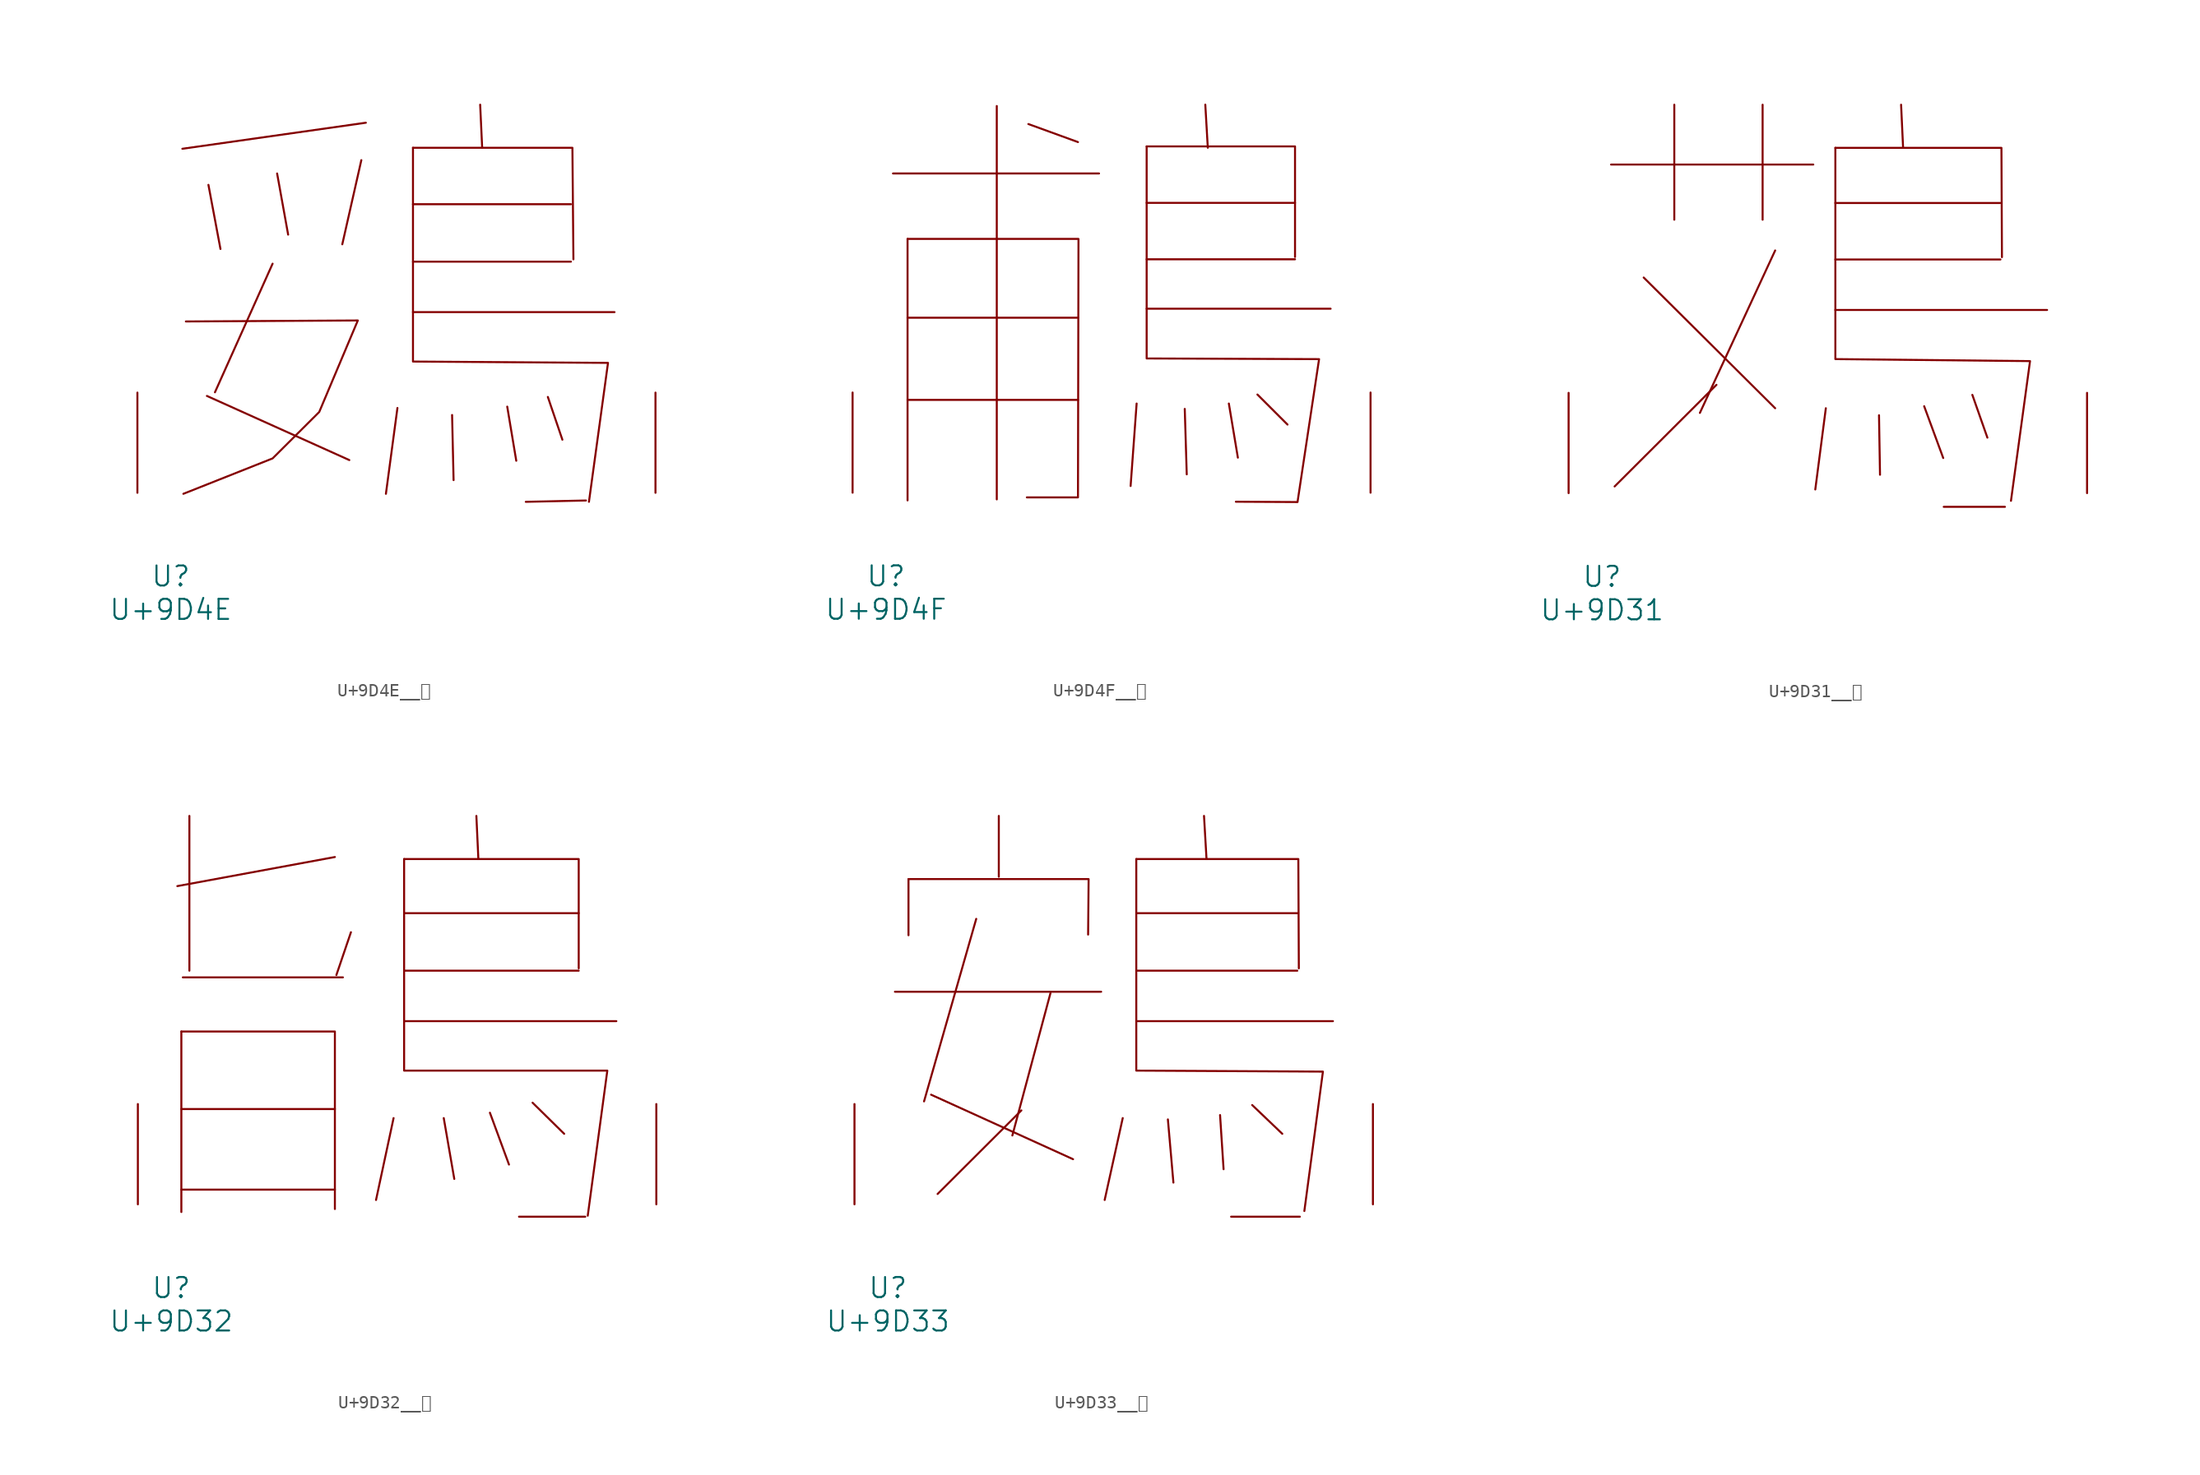
<source format=kicad_sym>
(kicad_symbol_lib
  (version 20231120)
  (generator "kicad_symbol_editor")
  (generator_version "8.0")
  (symbol "U+9D4E__鵎"
    (pin_names
      (offset 1.016))
    (property "Reference" "U"
      (at 0 -6.35 0)
      (effects (font (size 1.524 1.524))))
    (property "Value" "U+9D4E"
      (at 0 -8.89 0)
      (effects (font (size 1.524 1.524))))
    (symbol "U+9D4E__鵎_0_1"
      (polyline (pts (xy 2.743 7.366) (xy 13.564 2.489)) (stroke (width 0) (type solid)) (fill (type none)))
      (polyline (pts (xy 2.857 23.419) (xy 3.772 18.542)) (stroke (width 0) (type solid)) (fill (type none)))
      (polyline (pts (xy 7.734 17.424) (xy 3.353 7.645)) (stroke (width 0) (type solid)) (fill (type none)))
      (polyline (pts (xy 8.077 24.282) (xy 8.915 19.634)) (stroke (width 0) (type solid)) (fill (type none)))
      (polyline (pts (xy 14.478 25.298) (xy 13.03 18.898)) (stroke (width 0) (type solid)) (fill (type none)))
      (polyline (pts (xy 14.821 28.143) (xy 0.876 26.162)) (stroke (width 0) (type solid)) (fill (type none)))
      (polyline (pts (xy 17.221 6.452) (xy 16.345 -0.076)) (stroke (width 0) (type solid)) (fill (type none)))
      (polyline (pts (xy 18.402 13.741) (xy 33.718 13.741)) (stroke (width 0) (type solid)) (fill (type none)))
      (polyline (pts (xy 18.402 17.577) (xy 30.404 17.577)) (stroke (width 0) (type solid)) (fill (type none)))
      (polyline (pts (xy 18.402 21.946) (xy 30.404 21.946)) (stroke (width 0) (type solid)) (fill (type none)))
      (polyline (pts (xy 21.374 5.918) (xy 21.488 0.965)) (stroke (width 0) (type solid)) (fill (type none)))
      (polyline (pts (xy 23.508 29.515) (xy 23.66 26.238)) (stroke (width 0) (type solid)) (fill (type none)))
      (polyline (pts (xy 25.565 6.553) (xy 26.251 2.438)) (stroke (width 0) (type solid)) (fill (type none)))
      (polyline (pts (xy 28.651 7.29) (xy 29.756 4.039)) (stroke (width 0) (type solid)) (fill (type none)))
      (polyline (pts (xy 31.547 -0.584) (xy 26.975 -0.686)) (stroke (width 0) (type solid)) (fill (type none)))
      (polyline (pts (xy 18.402 26.238) (xy 30.518 26.238) (xy 30.594 17.755)) (stroke (width 0) (type solid)) (fill (type none)))
      (polyline (pts (xy 18.402 26.238) (xy 18.402 9.982) (xy 33.223 9.881) (xy 31.775 -0.686)) (stroke (width 0) (type solid)) (fill (type none)))
      (polyline (pts (xy 1.143 13.03) (xy 14.211 13.106) (xy 11.278 6.147) (xy 7.734 2.616) (xy 0.953 -0.076)) (stroke (width 0) (type solid)) (fill (type none)))
      (pin input line (at -2.54 0 90) (length 7.62) (name "~" (effects (font (size 1.27 1.27)))) (number "~" (effects (font (size 1.27 1.27)))))
      (pin input line (at 36.83 0 90) (length 7.62) (name "~" (effects (font (size 1.27 1.27)))) (number "~" (effects (font (size 1.27 1.27)))))))
  (symbol "U+9D4F__鵏"
    (pin_names
      (offset 1.016))
    (property "Reference" "U"
      (at 0 -6.35 0)
      (effects (font (size 1.524 1.524))))
    (property "Value" "U+9D4F"
      (at 0 -8.89 0)
      (effects (font (size 1.524 1.524))))
    (symbol "U+9D4F__鵏_0_1"
      (polyline (pts (xy 0.533 24.282) (xy 16.192 24.282)) (stroke (width 0) (type solid)) (fill (type none)))
      (polyline (pts (xy 1.638 7.061) (xy 14.592 7.061)) (stroke (width 0) (type solid)) (fill (type none)))
      (polyline (pts (xy 1.638 13.31) (xy 14.592 13.31)) (stroke (width 0) (type solid)) (fill (type none)))
      (polyline (pts (xy 1.638 19.304) (xy 1.638 -0.584)) (stroke (width 0) (type solid)) (fill (type none)))
      (polyline (pts (xy 8.42 29.413) (xy 8.42 -0.508)) (stroke (width 0) (type solid)) (fill (type none)))
      (polyline (pts (xy 10.82 28.042) (xy 14.592 26.67)) (stroke (width 0) (type solid)) (fill (type none)))
      (polyline (pts (xy 19.05 6.782) (xy 18.593 0.508)) (stroke (width 0) (type solid)) (fill (type none)))
      (polyline (pts (xy 19.812 13.995) (xy 33.795 13.995)) (stroke (width 0) (type solid)) (fill (type none)))
      (polyline (pts (xy 19.812 17.755) (xy 31.09 17.755)) (stroke (width 0) (type solid)) (fill (type none)))
      (polyline (pts (xy 19.812 22.047) (xy 31.09 22.047)) (stroke (width 0) (type solid)) (fill (type none)))
      (polyline (pts (xy 22.708 6.375) (xy 22.86 1.397)) (stroke (width 0) (type solid)) (fill (type none)))
      (polyline (pts (xy 24.27 29.515) (xy 24.46 26.238)) (stroke (width 0) (type solid)) (fill (type none)))
      (polyline (pts (xy 26.06 6.782) (xy 26.746 2.667)) (stroke (width 0) (type solid)) (fill (type none)))
      (polyline (pts (xy 28.232 7.468) (xy 30.518 5.182)) (stroke (width 0) (type solid)) (fill (type none)))
      (polyline (pts (xy 19.812 26.34) (xy 31.09 26.34) (xy 31.09 17.932)) (stroke (width 0) (type solid)) (fill (type none)))
      (polyline (pts (xy 1.638 19.304) (xy 14.63 19.304) (xy 14.592 -0.356) (xy 10.706 -0.356)) (stroke (width 0) (type solid)) (fill (type none)))
      (polyline (pts (xy 19.812 26.34) (xy 19.812 10.211) (xy 32.918 10.16) (xy 31.28 -0.711) (xy 26.594 -0.686)) (stroke (width 0) (type solid)) (fill (type none)))
      (pin input line (at -2.54 0 90) (length 7.62) (name "~" (effects (font (size 1.27 1.27)))) (number "~" (effects (font (size 1.27 1.27)))))
      (pin input line (at 36.83 0 90) (length 7.62) (name "~" (effects (font (size 1.27 1.27)))) (number "~" (effects (font (size 1.27 1.27)))))))
  (symbol "U+9D31__鴱"
    (pin_names
      (offset 1.016))
    (property "Reference" "U"
      (at 0 -6.35 0)
      (effects (font (size 1.524 1.524))))
    (property "Value" "U+9D31"
      (at 0 -8.89 0)
      (effects (font (size 1.524 1.524))))
    (symbol "U+9D31__鴱_0_1"
      (polyline (pts (xy 0.686 24.968) (xy 16.04 24.968)) (stroke (width 0) (type solid)) (fill (type none)))
      (polyline (pts (xy 3.162 16.383) (xy 13.145 6.452)) (stroke (width 0) (type solid)) (fill (type none)))
      (polyline (pts (xy 5.486 29.515) (xy 5.486 20.777)) (stroke (width 0) (type solid)) (fill (type none)))
      (polyline (pts (xy 8.687 8.23) (xy 0.953 0.508)) (stroke (width 0) (type solid)) (fill (type none)))
      (polyline (pts (xy 12.192 29.515) (xy 12.192 20.777)) (stroke (width 0) (type solid)) (fill (type none)))
      (polyline (pts (xy 13.145 18.44) (xy 7.429 6.096)) (stroke (width 0) (type solid)) (fill (type none)))
      (polyline (pts (xy 16.993 6.452) (xy 16.192 0.279)) (stroke (width 0) (type solid)) (fill (type none)))
      (polyline (pts (xy 17.716 13.919) (xy 33.795 13.919)) (stroke (width 0) (type solid)) (fill (type none)))
      (polyline (pts (xy 17.716 17.755) (xy 30.251 17.755)) (stroke (width 0) (type solid)) (fill (type none)))
      (polyline (pts (xy 17.716 22.047) (xy 30.251 22.047)) (stroke (width 0) (type solid)) (fill (type none)))
      (polyline (pts (xy 21.031 5.918) (xy 21.107 1.397)) (stroke (width 0) (type solid)) (fill (type none)))
      (polyline (pts (xy 22.708 29.515) (xy 22.86 26.238)) (stroke (width 0) (type solid)) (fill (type none)))
      (polyline (pts (xy 24.46 6.604) (xy 25.908 2.667)) (stroke (width 0) (type solid)) (fill (type none)))
      (polyline (pts (xy 25.946 -1.041) (xy 30.594 -1.041)) (stroke (width 0) (type solid)) (fill (type none)))
      (polyline (pts (xy 28.118 7.468) (xy 29.261 4.216)) (stroke (width 0) (type solid)) (fill (type none)))
      (polyline (pts (xy 17.716 26.238) (xy 30.328 26.238) (xy 30.366 17.932)) (stroke (width 0) (type solid)) (fill (type none)))
      (polyline (pts (xy 17.716 26.238) (xy 17.716 10.185) (xy 32.499 10.033) (xy 31.052 -0.584)) (stroke (width 0) (type solid)) (fill (type none)))
      (pin input line (at -2.54 0 90) (length 7.62) (name "~" (effects (font (size 1.27 1.27)))) (number "~" (effects (font (size 1.27 1.27)))))
      (pin input line (at 36.83 0 90) (length 7.62) (name "~" (effects (font (size 1.27 1.27)))) (number "~" (effects (font (size 1.27 1.27)))))))
  (symbol "U+9D32__鴲"
    (pin_names
      (offset 1.016))
    (property "Reference" "U"
      (at 0 -6.35 0)
      (effects (font (size 1.524 1.524))))
    (property "Value" "U+9D32"
      (at 0 -8.89 0)
      (effects (font (size 1.524 1.524))))
    (symbol "U+9D32__鴲_0_1"
      (polyline (pts (xy 0.762 1.118) (xy 12.421 1.118)) (stroke (width 0) (type solid)) (fill (type none)))
      (polyline (pts (xy 0.762 7.239) (xy 12.421 7.239)) (stroke (width 0) (type solid)) (fill (type none)))
      (polyline (pts (xy 0.762 13.132) (xy 0.762 -0.584)) (stroke (width 0) (type solid)) (fill (type none)))
      (polyline (pts (xy 0.876 17.247) (xy 13.03 17.247)) (stroke (width 0) (type solid)) (fill (type none)))
      (polyline (pts (xy 1.372 29.515) (xy 1.372 17.755)) (stroke (width 0) (type solid)) (fill (type none)))
      (polyline (pts (xy 12.421 26.391) (xy 0.457 24.181)) (stroke (width 0) (type solid)) (fill (type none)))
      (polyline (pts (xy 13.64 20.676) (xy 12.535 17.424)) (stroke (width 0) (type solid)) (fill (type none)))
      (polyline (pts (xy 16.878 6.553) (xy 15.545 0.33)) (stroke (width 0) (type solid)) (fill (type none)))
      (polyline (pts (xy 17.678 13.919) (xy 33.795 13.919)) (stroke (width 0) (type solid)) (fill (type none)))
      (polyline (pts (xy 17.678 17.755) (xy 30.937 17.755)) (stroke (width 0) (type solid)) (fill (type none)))
      (polyline (pts (xy 17.678 22.123) (xy 30.937 22.123)) (stroke (width 0) (type solid)) (fill (type none)))
      (polyline (pts (xy 20.688 6.553) (xy 21.488 1.93)) (stroke (width 0) (type solid)) (fill (type none)))
      (polyline (pts (xy 23.165 29.515) (xy 23.317 26.238)) (stroke (width 0) (type solid)) (fill (type none)))
      (polyline (pts (xy 24.194 6.96) (xy 25.641 3.023)) (stroke (width 0) (type solid)) (fill (type none)))
      (polyline (pts (xy 26.403 -0.94) (xy 31.433 -0.94)) (stroke (width 0) (type solid)) (fill (type none)))
      (polyline (pts (xy 27.432 7.722) (xy 29.832 5.359)) (stroke (width 0) (type solid)) (fill (type none)))
      (polyline (pts (xy 0.762 13.132) (xy 12.421 13.132) (xy 12.421 -0.356)) (stroke (width 0) (type solid)) (fill (type none)))
      (polyline (pts (xy 17.678 26.238) (xy 30.937 26.238) (xy 30.937 17.932)) (stroke (width 0) (type solid)) (fill (type none)))
      (polyline (pts (xy 17.678 26.238) (xy 17.678 10.16) (xy 33.109 10.16) (xy 31.623 -0.864)) (stroke (width 0) (type solid)) (fill (type none)))
      (pin input line (at -2.54 0 90) (length 7.62) (name "~" (effects (font (size 1.27 1.27)))) (number "~" (effects (font (size 1.27 1.27)))))
      (pin input line (at 36.83 0 90) (length 7.62) (name "~" (effects (font (size 1.27 1.27)))) (number "~" (effects (font (size 1.27 1.27)))))))
  (symbol "U+9D33__鴳"
    (pin_names
      (offset 1.016))
    (property "Reference" "U"
      (at 0 -6.35 0)
      (effects (font (size 1.524 1.524))))
    (property "Value" "U+9D33"
      (at 0 -8.89 0)
      (effects (font (size 1.524 1.524))))
    (symbol "U+9D33__鴳_0_1"
      (polyline (pts (xy 0.533 16.154) (xy 16.192 16.154)) (stroke (width 0) (type solid)) (fill (type none)))
      (polyline (pts (xy 1.562 24.714) (xy 1.562 20.447)) (stroke (width 0) (type solid)) (fill (type none)))
      (polyline (pts (xy 3.277 8.331) (xy 14.059 3.429)) (stroke (width 0) (type solid)) (fill (type none)))
      (polyline (pts (xy 6.706 21.692) (xy 2.743 7.823)) (stroke (width 0) (type solid)) (fill (type none)))
      (polyline (pts (xy 8.42 29.515) (xy 8.42 24.892)) (stroke (width 0) (type solid)) (fill (type none)))
      (polyline (pts (xy 10.135 7.137) (xy 3.772 0.787)) (stroke (width 0) (type solid)) (fill (type none)))
      (polyline (pts (xy 12.344 16.053) (xy 9.449 5.232)) (stroke (width 0) (type solid)) (fill (type none)))
      (polyline (pts (xy 17.831 6.553) (xy 16.459 0.33)) (stroke (width 0) (type solid)) (fill (type none)))
      (polyline (pts (xy 18.86 13.919) (xy 33.795 13.919)) (stroke (width 0) (type solid)) (fill (type none)))
      (polyline (pts (xy 18.86 17.755) (xy 31.09 17.755)) (stroke (width 0) (type solid)) (fill (type none)))
      (polyline (pts (xy 18.86 22.123) (xy 31.09 22.123)) (stroke (width 0) (type solid)) (fill (type none)))
      (polyline (pts (xy 21.26 6.452) (xy 21.679 1.651)) (stroke (width 0) (type solid)) (fill (type none)))
      (polyline (pts (xy 24.003 29.515) (xy 24.194 26.238)) (stroke (width 0) (type solid)) (fill (type none)))
      (polyline (pts (xy 25.222 6.782) (xy 25.489 2.667)) (stroke (width 0) (type solid)) (fill (type none)))
      (polyline (pts (xy 26.06 -0.94) (xy 31.28 -0.94)) (stroke (width 0) (type solid)) (fill (type none)))
      (polyline (pts (xy 27.661 7.544) (xy 29.947 5.359)) (stroke (width 0) (type solid)) (fill (type none)))
      (polyline (pts (xy 1.562 24.714) (xy 15.24 24.714) (xy 15.202 20.498)) (stroke (width 0) (type solid)) (fill (type none)))
      (polyline (pts (xy 18.86 26.238) (xy 31.166 26.238) (xy 31.204 17.932)) (stroke (width 0) (type solid)) (fill (type none)))
      (polyline (pts (xy 18.86 26.238) (xy 18.86 10.16) (xy 33.033 10.084) (xy 31.623 -0.508)) (stroke (width 0) (type solid)) (fill (type none)))
      (pin input line (at -2.54 0 90) (length 7.62) (name "~" (effects (font (size 1.27 1.27)))) (number "~" (effects (font (size 1.27 1.27)))))
      (pin input line (at 36.83 0 90) (length 7.62) (name "~" (effects (font (size 1.27 1.27)))) (number "~" (effects (font (size 1.27 1.27))))))))
</source>
